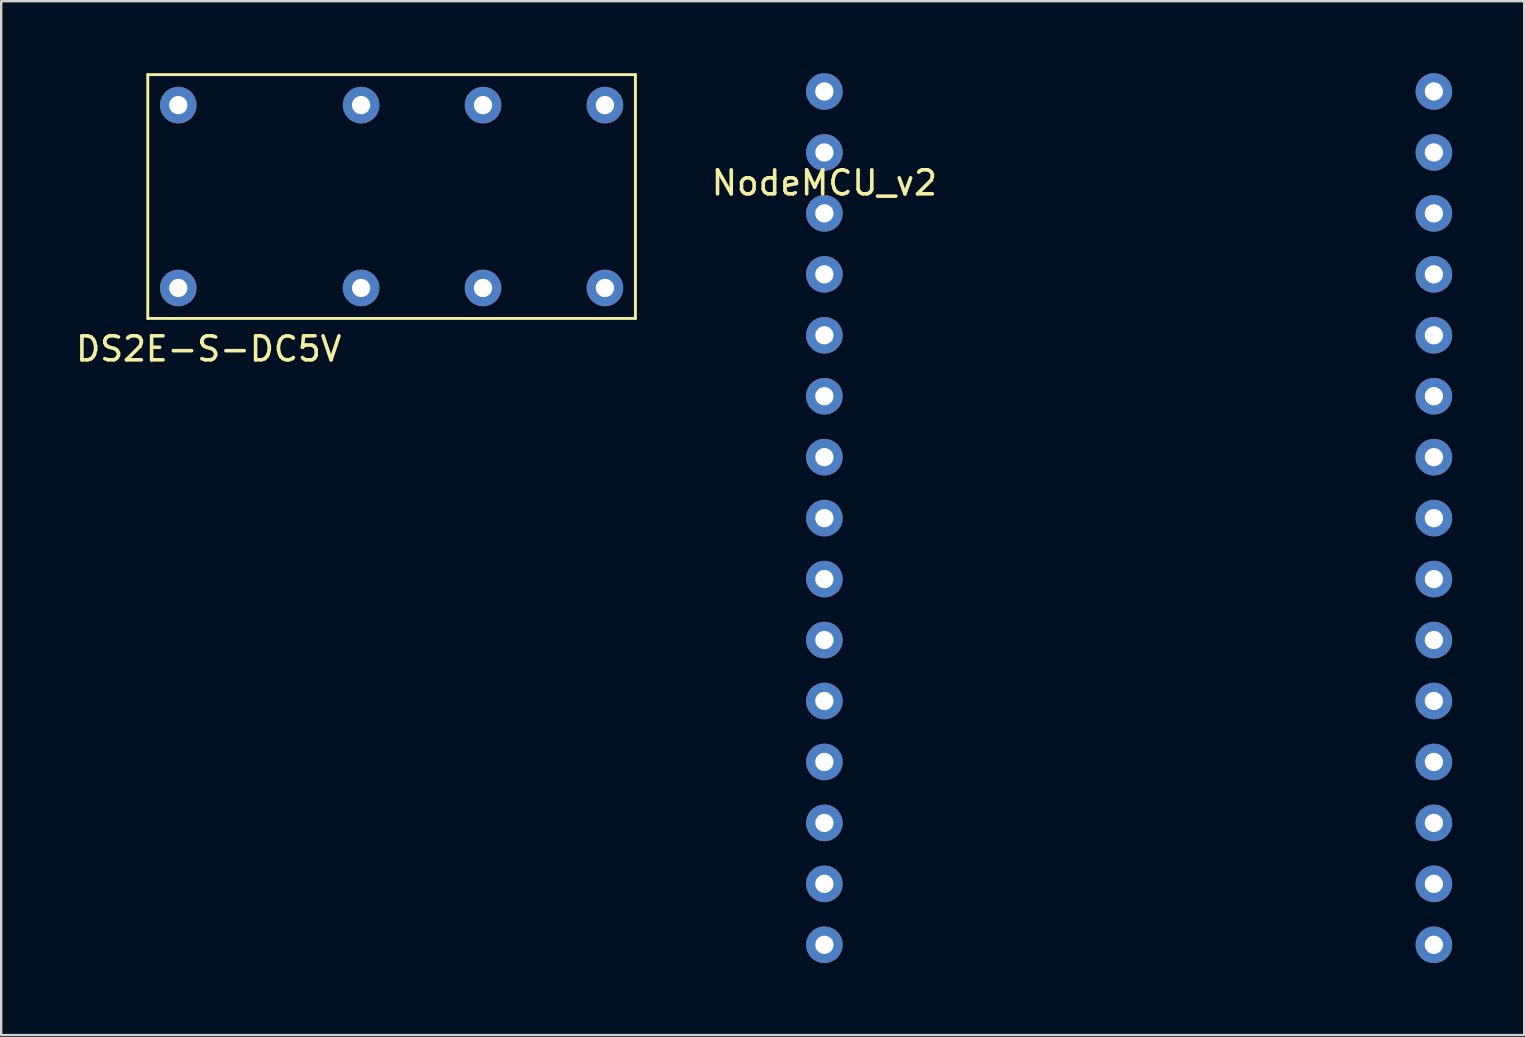
<source format=kicad_pcb>
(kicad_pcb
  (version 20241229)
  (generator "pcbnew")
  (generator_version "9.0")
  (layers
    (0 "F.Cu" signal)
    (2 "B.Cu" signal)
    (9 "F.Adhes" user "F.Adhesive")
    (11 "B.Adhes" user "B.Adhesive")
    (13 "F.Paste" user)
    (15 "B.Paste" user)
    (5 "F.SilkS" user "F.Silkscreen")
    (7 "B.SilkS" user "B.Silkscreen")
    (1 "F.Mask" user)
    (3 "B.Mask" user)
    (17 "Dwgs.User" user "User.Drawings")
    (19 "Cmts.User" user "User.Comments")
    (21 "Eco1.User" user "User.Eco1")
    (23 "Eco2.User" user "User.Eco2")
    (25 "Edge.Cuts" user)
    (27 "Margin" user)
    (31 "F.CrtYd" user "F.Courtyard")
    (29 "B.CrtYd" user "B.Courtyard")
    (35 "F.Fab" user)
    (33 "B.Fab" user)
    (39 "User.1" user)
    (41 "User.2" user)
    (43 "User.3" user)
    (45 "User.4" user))
  (footprint "NodeMCU_v2"
    (layer "F.Cu")
    (at 31.304 0.762)
    (property "Reference" "NodeMCU_v2" (at 0 3.81 0) (layer "F.SilkS") (effects (font (size 1 1) (thickness 0.15))))
    (attr through_hole)
    (pad "1" thru_hole circle (at 0 0) (size 1.524 1.524) (drill 0.762) (layers "*.Cu" "*.Mask"))
    (pad "2" thru_hole circle (at 0 2.54) (size 1.524 1.524) (drill 0.762) (layers "*.Cu" "*.Mask"))
    (pad "3" thru_hole circle (at 0 5.08) (size 1.524 1.524) (drill 0.762) (layers "*.Cu" "*.Mask"))
    (pad "4" thru_hole circle (at 0 7.62) (size 1.524 1.524) (drill 0.762) (layers "*.Cu" "*.Mask"))
    (pad "5" thru_hole circle (at 0 10.16) (size 1.524 1.524) (drill 0.762) (layers "*.Cu" "*.Mask"))
    (pad "6" thru_hole circle (at 0 12.7) (size 1.524 1.524) (drill 0.762) (layers "*.Cu" "*.Mask"))
    (pad "7" thru_hole circle (at 0 15.24) (size 1.524 1.524) (drill 0.762) (layers "*.Cu" "*.Mask"))
    (pad "8" thru_hole circle (at 0 17.78) (size 1.524 1.524) (drill 0.762) (layers "*.Cu" "*.Mask"))
    (pad "9" thru_hole circle (at 0 20.32) (size 1.524 1.524) (drill 0.762) (layers "*.Cu" "*.Mask"))
    (pad "10" thru_hole circle (at 0 22.86) (size 1.524 1.524) (drill 0.762) (layers "*.Cu" "*.Mask"))
    (pad "11" thru_hole circle (at 0 25.4) (size 1.524 1.524) (drill 0.762) (layers "*.Cu" "*.Mask"))
    (pad "12" thru_hole circle (at 0 27.94) (size 1.524 1.524) (drill 0.762) (layers "*.Cu" "*.Mask"))
    (pad "13" thru_hole circle (at 0 30.48) (size 1.524 1.524) (drill 0.762) (layers "*.Cu" "*.Mask"))
    (pad "14" thru_hole circle (at 0 33.02) (size 1.524 1.524) (drill 0.762) (layers "*.Cu" "*.Mask"))
    (pad "15" thru_hole circle (at 0 35.56) (size 1.524 1.524) (drill 0.762) (layers "*.Cu" "*.Mask"))
    (pad "16" thru_hole circle (at 25.4 0) (size 1.524 1.524) (drill 0.762) (layers "*.Cu" "*.Mask"))
    (pad "17" thru_hole circle (at 25.4 2.54) (size 1.524 1.524) (drill 0.762) (layers "*.Cu" "*.Mask"))
    (pad "18" thru_hole circle (at 25.4 5.08) (size 1.524 1.524) (drill 0.762) (layers "*.Cu" "*.Mask"))
    (pad "19" thru_hole circle (at 25.4 7.62) (size 1.524 1.524) (drill 0.762) (layers "*.Cu" "*.Mask"))
    (pad "20" thru_hole circle (at 25.4 10.16) (size 1.524 1.524) (drill 0.762) (layers "*.Cu" "*.Mask"))
    (pad "21" thru_hole circle (at 25.4 12.7) (size 1.524 1.524) (drill 0.762) (layers "*.Cu" "*.Mask"))
    (pad "22" thru_hole circle (at 25.4 15.24) (size 1.524 1.524) (drill 0.762) (layers "*.Cu" "*.Mask"))
    (pad "23" thru_hole circle (at 25.4 17.78) (size 1.524 1.524) (drill 0.762) (layers "*.Cu" "*.Mask"))
    (pad "24" thru_hole circle (at 25.4 20.32) (size 1.524 1.524) (drill 0.762) (layers "*.Cu" "*.Mask"))
    (pad "25" thru_hole circle (at 25.4 22.86) (size 1.524 1.524) (drill 0.762) (layers "*.Cu" "*.Mask"))
    (pad "26" thru_hole circle (at 25.4 25.4) (size 1.524 1.524) (drill 0.762) (layers "*.Cu" "*.Mask"))
    (pad "27" thru_hole circle (at 25.4 27.94) (size 1.524 1.524) (drill 0.762) (layers "*.Cu" "*.Mask"))
    (pad "28" thru_hole circle (at 25.4 30.48) (size 1.524 1.524) (drill 0.762) (layers "*.Cu" "*.Mask"))
    (pad "29" thru_hole circle (at 25.4 33.02) (size 1.524 1.524) (drill 0.762) (layers "*.Cu" "*.Mask"))
    (pad "30" thru_hole circle (at 25.4 35.56) (size 1.524 1.524) (drill 0.762) (layers "*.Cu" "*.Mask")))
  (footprint "DS2E-S-DC5V"
    (layer "F.Cu")
    (at 4.379 8.95)
    (property "Reference" "DS2E-S-DC5V" (at 1.27 2.54 0) (layer "F.SilkS") (effects (font (size 1 1) (thickness 0.15))))
    (attr through_hole)
    (fp_line (start -1.27 -8.89) (end 19.05 -8.89) (stroke (width 0.12) (type solid)) (layer "F.SilkS"))
    (fp_line (start -1.27 1.27) (end -1.27 -8.89) (stroke (width 0.12) (type solid)) (layer "F.SilkS"))
    (fp_line (start 19.05 -8.89) (end 19.05 1.27) (stroke (width 0.12) (type solid)) (layer "F.SilkS"))
    (fp_line (start 19.05 1.27) (end -1.27 1.27) (stroke (width 0.12) (type solid)) (layer "F.SilkS"))
    (pad "1" thru_hole circle (at 0 0) (size 1.524 1.524) (drill 0.762) (layers "*.Cu" "*.Mask"))
    (pad "2" thru_hole circle (at 0 -7.62) (size 1.524 1.524) (drill 0.762) (layers "*.Cu" "*.Mask"))
    (pad "3" thru_hole circle (at 12.7 -7.62) (size 1.524 1.524) (drill 0.762) (layers "*.Cu" "*.Mask"))
    (pad "4" thru_hole circle (at 17.78 -7.62) (size 1.524 1.524) (drill 0.762) (layers "*.Cu" "*.Mask"))
    (pad "5" thru_hole circle (at 7.62 -7.62) (size 1.524 1.524) (drill 0.762) (layers "*.Cu" "*.Mask"))
    (pad "6" thru_hole circle (at 12.7 0) (size 1.524 1.524) (drill 0.762) (layers "*.Cu" "*.Mask"))
    (pad "7" thru_hole circle (at 17.78 0) (size 1.524 1.524) (drill 0.762) (layers "*.Cu" "*.Mask"))
    (pad "8" thru_hole circle (at 7.62 0) (size 1.524 1.524) (drill 0.762) (layers "*.Cu" "*.Mask")))
  (gr_rect
    (start -3 -3)
    (end 60.466 40.084)
    (stroke (width 0.1) (type default))
    (fill no)
    (layer "Edge.Cuts")))
</source>
